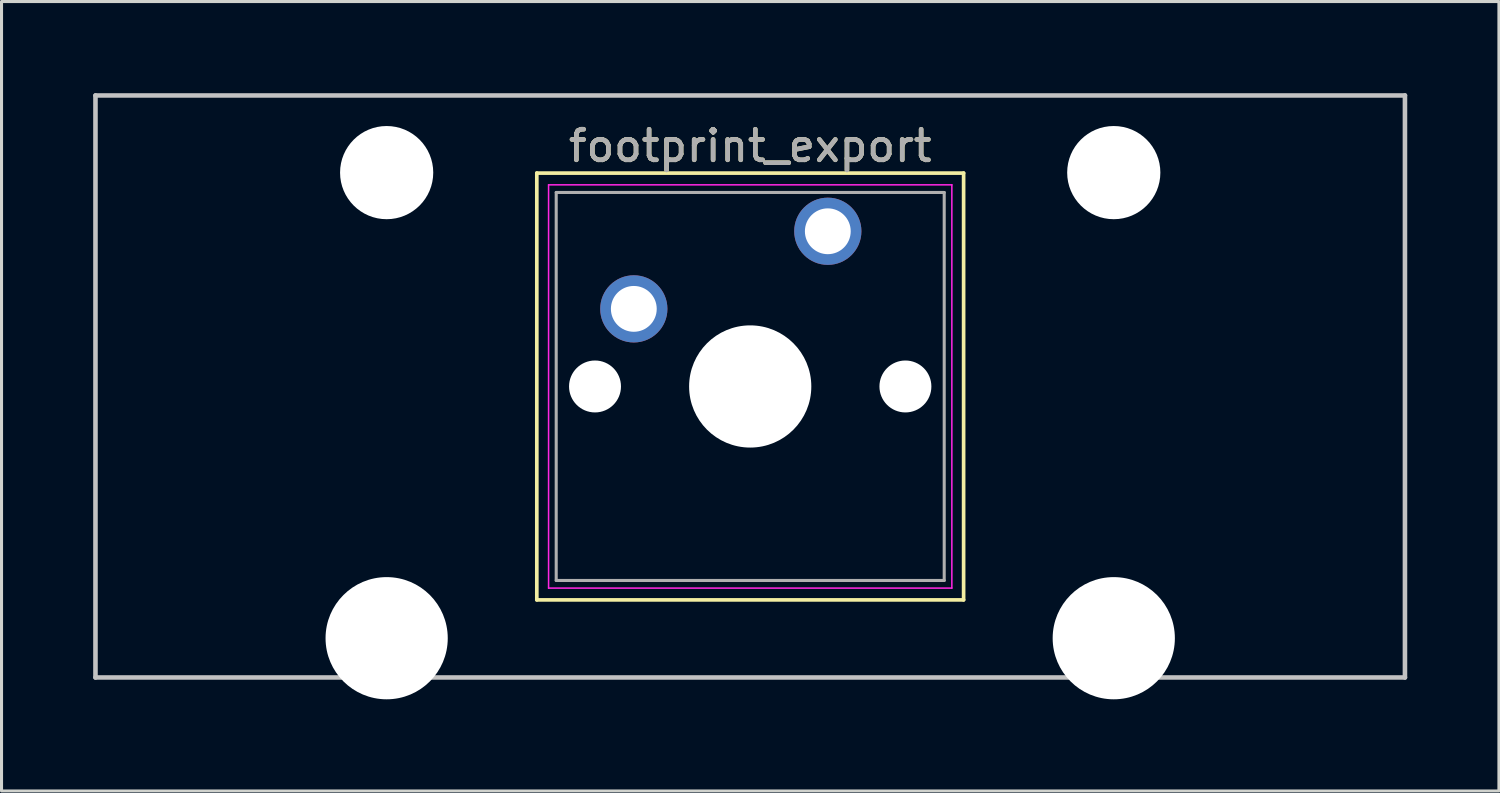
<source format=kicad_pcb>
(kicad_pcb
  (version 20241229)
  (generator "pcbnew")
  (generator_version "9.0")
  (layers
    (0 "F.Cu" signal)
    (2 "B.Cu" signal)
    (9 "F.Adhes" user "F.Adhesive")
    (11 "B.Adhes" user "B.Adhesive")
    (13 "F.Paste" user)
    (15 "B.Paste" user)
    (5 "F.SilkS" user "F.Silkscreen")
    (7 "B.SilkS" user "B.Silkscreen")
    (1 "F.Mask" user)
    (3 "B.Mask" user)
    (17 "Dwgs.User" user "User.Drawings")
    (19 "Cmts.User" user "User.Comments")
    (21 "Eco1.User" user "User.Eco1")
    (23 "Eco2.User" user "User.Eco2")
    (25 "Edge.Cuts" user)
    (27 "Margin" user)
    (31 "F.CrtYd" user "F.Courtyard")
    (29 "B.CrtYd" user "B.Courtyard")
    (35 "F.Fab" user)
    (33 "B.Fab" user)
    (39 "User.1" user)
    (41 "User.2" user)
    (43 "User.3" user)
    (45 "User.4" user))
  (footprint "footprint_export"
    (layer "F.Cu")
    (at 24.046 4.52)
    (property "Reference" "footprint_export" (at -2.54 -2.794 0) (layer "F.SilkS") (effects (font (size 1 1) (thickness 0.15))))
    (attr through_hole)
    (fp_line (start -9.525 -1.905) (end 4.445 -1.905) (stroke (width 0.12) (type solid)) (layer "F.SilkS"))
    (fp_line (start -9.525 12.065) (end -9.525 -1.905) (stroke (width 0.12) (type solid)) (layer "F.SilkS"))
    (fp_line (start 4.445 -1.905) (end 4.445 12.065) (stroke (width 0.12) (type solid)) (layer "F.SilkS"))
    (fp_line (start 4.445 12.065) (end -9.525 12.065) (stroke (width 0.12) (type solid)) (layer "F.SilkS"))
    (fp_line (start -23.971 -4.445) (end 18.891 -4.445) (stroke (width 0.15) (type solid)) (layer "Dwgs.User"))
    (fp_line (start -23.971 14.605) (end -23.971 -4.445) (stroke (width 0.15) (type solid)) (layer "Dwgs.User"))
    (fp_line (start 18.891 -4.445) (end 18.891 14.605) (stroke (width 0.15) (type solid)) (layer "Dwgs.User"))
    (fp_line (start 18.891 14.605) (end -23.971 14.605) (stroke (width 0.15) (type solid)) (layer "Dwgs.User"))
    (fp_line (start -9.14 -1.52) (end 4.06 -1.52) (stroke (width 0.05) (type solid)) (layer "F.CrtYd"))
    (fp_line (start -9.14 11.68) (end -9.14 -1.52) (stroke (width 0.05) (type solid)) (layer "F.CrtYd"))
    (fp_line (start 4.06 -1.52) (end 4.06 11.68) (stroke (width 0.05) (type solid)) (layer "F.CrtYd"))
    (fp_line (start 4.06 11.68) (end -9.14 11.68) (stroke (width 0.05) (type solid)) (layer "F.CrtYd"))
    (fp_line (start -8.89 -1.27) (end 3.81 -1.27) (stroke (width 0.1) (type solid)) (layer "F.Fab"))
    (fp_line (start -8.89 11.43) (end -8.89 -1.27) (stroke (width 0.1) (type solid)) (layer "F.Fab"))
    (fp_line (start 3.81 -1.27) (end 3.81 11.43) (stroke (width 0.1) (type solid)) (layer "F.Fab"))
    (fp_line (start 3.81 11.43) (end -8.89 11.43) (stroke (width 0.1) (type solid)) (layer "F.Fab"))
    (fp_text user "${REFERENCE}" (at -2.54 -2.794 0) (layer "F.Fab") (effects (font (size 1 1) (thickness 0.15))))
    (pad "" np_thru_hole circle (at -14.44 -1.92) (size 3.05 3.05) (drill 3.05) (layers "*.Cu" "*.Mask"))
    (pad "" np_thru_hole circle (at -14.44 13.32) (size 4 4) (drill 4) (layers "*.Cu" "*.Mask"))
    (pad "" np_thru_hole circle (at -7.62 5.08) (size 1.7 1.7) (drill 1.7) (layers "*.Cu" "*.Mask"))
    (pad "" np_thru_hole circle (at -2.54 5.08) (size 4 4) (drill 4) (layers "*.Cu" "*.Mask"))
    (pad "" np_thru_hole circle (at 2.54 5.08) (size 1.7 1.7) (drill 1.7) (layers "*.Cu" "*.Mask"))
    (pad "" np_thru_hole circle (at 9.36 -1.92) (size 3.05 3.05) (drill 3.05) (layers "*.Cu" "*.Mask"))
    (pad "" np_thru_hole circle (at 9.36 13.32) (size 4 4) (drill 4) (layers "*.Cu" "*.Mask"))
    (pad "1" thru_hole circle (at 0 0) (size 2.2 2.2) (drill 1.5) (layers "*.Cu" "*.Mask"))
    (pad "2" thru_hole circle (at -6.35 2.54) (size 2.2 2.2) (drill 1.5) (layers "*.Cu" "*.Mask")))
  (gr_rect
    (start -3 -3)
    (end 46.013 22.84)
    (stroke (width 0.1) (type default))
    (fill no)
    (layer "Edge.Cuts")))
</source>
